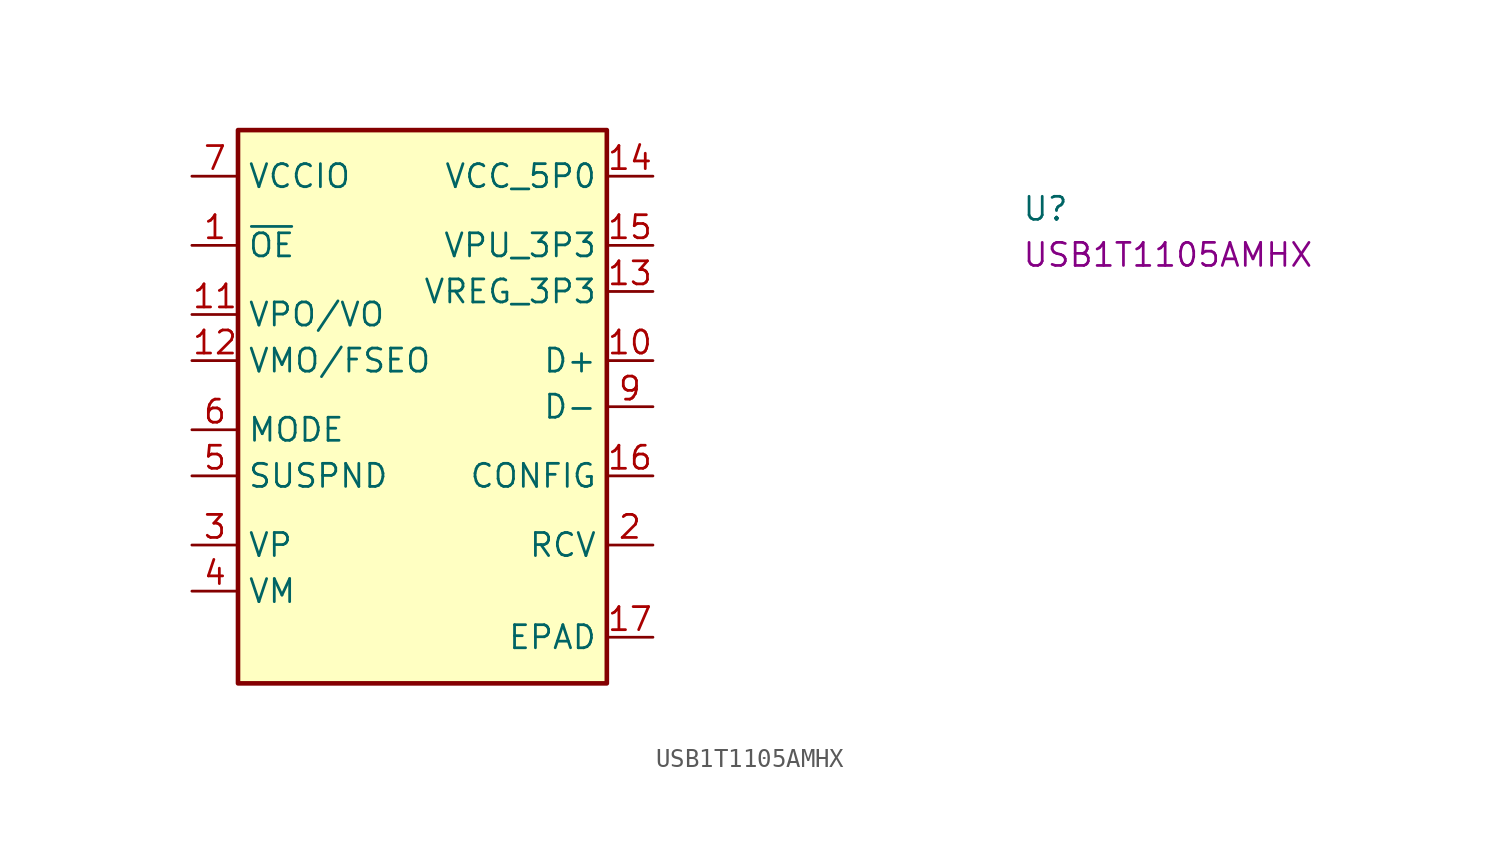
<source format=kicad_sym>
(kicad_symbol_lib
  (version 20220914)
  (generator kicad_symbol_editor)
  (symbol "USB1T1105AMHX"
    (property "Reference" "U"
      (at 45.72 -2.54 0)
      (effects (font (size 1.27 1.27) (thickness 0.15)) (justify left bottom)))
    (property "MPN" "USB1T1105AMHX"
      (at 45.72 -5.08 0)
      (effects (font (size 1.27 1.27) (thickness 0.15)) (justify left bottom)))
    (symbol "USB1T1105AMHX_1_1"
      (rectangle (start 2.54 2.54) (end 22.86 -27.94) (stroke (width 0.254) (type default)) (fill (type background)))
      (pin input line (at 0 -3.81 0) (length 2.54) (name "~{OE}" (effects (font (size 1.27 1.27)))) (number "1" (effects (font (size 1.27 1.27)))))
      (pin passive line (at 25.4 -10.16 180) (length 2.54) (name "D+" (effects (font (size 1.27 1.27)))) (number "10" (effects (font (size 1.27 1.27)))))
      (pin input line (at 0 -7.62 0) (length 2.54) (name "VPO/VO" (effects (font (size 1.27 1.27)))) (number "11" (effects (font (size 1.27 1.27)))))
      (pin input line (at 0 -10.16 0) (length 2.54) (name "VMO/FSEO" (effects (font (size 1.27 1.27)))) (number "12" (effects (font (size 1.27 1.27)))))
      (pin passive line (at 25.4 -6.35 180) (length 2.54) (name "VREG_3P3" (effects (font (size 1.27 1.27)))) (number "13" (effects (font (size 1.27 1.27)))))
      (pin power_in line (at 25.4 0 180) (length 2.54) (name "VCC_5P0" (effects (font (size 1.27 1.27)))) (number "14" (effects (font (size 1.27 1.27)))))
      (pin passive line (at 25.4 -3.81 180) (length 2.54) (name "VPU_3P3" (effects (font (size 1.27 1.27)))) (number "15" (effects (font (size 1.27 1.27)))))
      (pin passive line (at 25.4 -16.51 180) (length 2.54) (name "CONFIG" (effects (font (size 1.27 1.27)))) (number "16" (effects (font (size 1.27 1.27)))))
      (pin passive line (at 25.4 -25.4 180) (length 2.54) (name "EPAD" (effects (font (size 1.27 1.27)))) (number "17" (effects (font (size 1.27 1.27)))))
      (pin output line (at 25.4 -20.32 180) (length 2.54) (name "RCV" (effects (font (size 1.27 1.27)))) (number "2" (effects (font (size 1.27 1.27)))))
      (pin output line (at 0 -20.32 0) (length 2.54) (name "VP" (effects (font (size 1.27 1.27)))) (number "3" (effects (font (size 1.27 1.27)))))
      (pin output line (at 0 -22.86 0) (length 2.54) (name "VM" (effects (font (size 1.27 1.27)))) (number "4" (effects (font (size 1.27 1.27)))))
      (pin input line (at 0 -16.51 0) (length 2.54) (name "SUSPND" (effects (font (size 1.27 1.27)))) (number "5" (effects (font (size 1.27 1.27)))))
      (pin input line (at 0 -13.97 0) (length 2.54) (name "MODE" (effects (font (size 1.27 1.27)))) (number "6" (effects (font (size 1.27 1.27)))))
      (pin power_in line (at 0 0 0) (length 2.54) (name "VCCIO" (effects (font (size 1.27 1.27)))) (number "7" (effects (font (size 1.27 1.27)))))
      (pin no_connect line (at 22.86 -22.86 180) (length 2.54) hide (name "NC" (effects (font (size 1.27 1.27)))) (number "8" (effects (font (size 1.27 1.27)))))
      (pin passive line (at 25.4 -12.7 180) (length 2.54) (name "D-" (effects (font (size 1.27 1.27)))) (number "9" (effects (font (size 1.27 1.27))))))))
</source>
